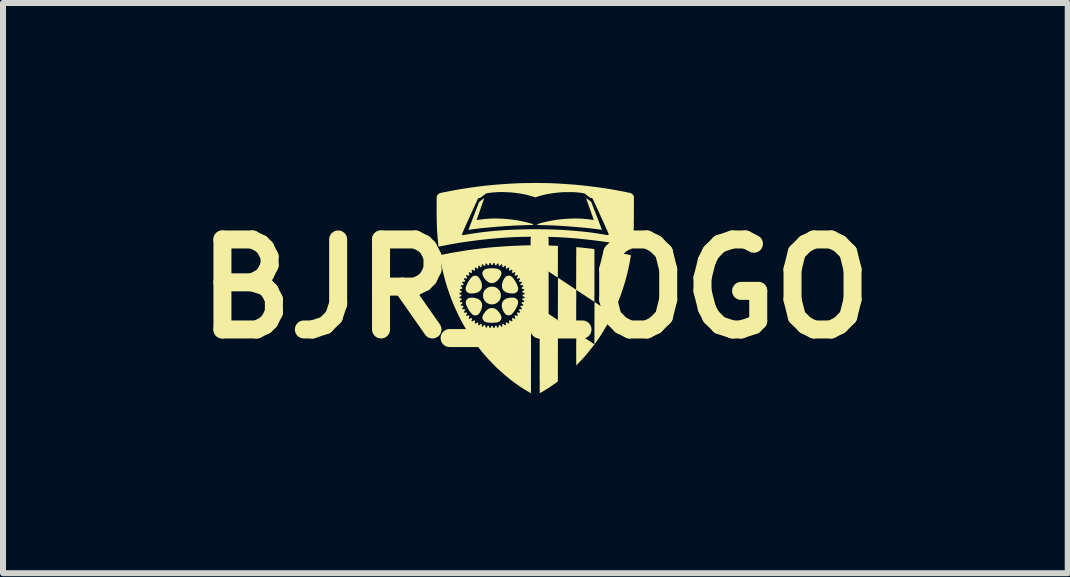
<source format=kicad_pcb>
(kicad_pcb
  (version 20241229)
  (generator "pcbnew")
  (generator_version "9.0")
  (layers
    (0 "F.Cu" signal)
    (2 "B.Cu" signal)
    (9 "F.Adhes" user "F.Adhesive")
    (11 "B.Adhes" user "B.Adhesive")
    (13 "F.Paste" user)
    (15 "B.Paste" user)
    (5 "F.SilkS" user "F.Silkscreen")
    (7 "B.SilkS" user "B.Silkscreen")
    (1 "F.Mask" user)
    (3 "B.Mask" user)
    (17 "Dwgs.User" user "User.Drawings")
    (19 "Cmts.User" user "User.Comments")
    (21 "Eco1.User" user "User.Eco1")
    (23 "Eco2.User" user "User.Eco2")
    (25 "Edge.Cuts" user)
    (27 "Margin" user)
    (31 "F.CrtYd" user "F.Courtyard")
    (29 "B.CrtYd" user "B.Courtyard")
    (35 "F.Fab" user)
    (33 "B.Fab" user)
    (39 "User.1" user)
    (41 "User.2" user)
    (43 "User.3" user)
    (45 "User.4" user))
  (footprint "BJR_LOGO"
    (layer "F.Cu")
    (at 5.871 1.762)
    (property "Reference" "BJR_LOGO" (at 0 0 0) (layer "F.SilkS") (effects (font (size 1.5 1.5) (thickness 0.3))))
    (attr board_only exclude_from_pos_files exclude_from_bom)
    (fp_poly (pts (xy 0.137 -0.723) (xy 0.166 -0.723) (xy 0.195 -0.722) (xy 0.225 -0.721) (xy 0.257 -0.72) (xy 0.291 -0.718) (xy 0.329 -0.717) (xy 0.341 -0.716) (xy 0.376 -0.715) (xy 0.376 -0.451) (xy 0.376 -0.418) (xy 0.376 -0.386) (xy 0.376 -0.355) (xy 0.376 -0.327) (xy 0.375 -0.3) (xy 0.375 -0.275) (xy 0.375 -0.253) (xy 0.375 -0.234) (xy 0.375 -0.217) (xy 0.375 -0.204) (xy 0.375 -0.194) (xy 0.374 -0.189) (xy 0.374 -0.187) (xy 0.372 -0.188) (xy 0.367 -0.191) (xy 0.359 -0.196) (xy 0.348 -0.204) (xy 0.334 -0.212) (xy 0.318 -0.223) (xy 0.301 -0.234) (xy 0.281 -0.247) (xy 0.26 -0.261) (xy 0.238 -0.276) (xy 0.222 -0.286) (xy 0.072 -0.386) (xy 0.072 -0.555) (xy 0.072 -0.725)) (stroke (width 0) (type solid)) (fill yes) (layer "F.SilkS"))
    (fp_poly (pts (xy -0.716 -0.035) (xy -0.694 -0.033) (xy -0.674 -0.029) (xy -0.657 -0.022) (xy -0.64 -0.011) (xy -0.623 0.003) (xy -0.618 0.008) (xy -0.601 0.027) (xy -0.589 0.047) (xy -0.58 0.069) (xy -0.576 0.092) (xy -0.575 0.112) (xy -0.575 0.13) (xy -0.578 0.146) (xy -0.583 0.161) (xy -0.59 0.178) (xy -0.59 0.179) (xy -0.602 0.199) (xy -0.618 0.217) (xy -0.636 0.232) (xy -0.656 0.245) (xy -0.675 0.253) (xy -0.691 0.257) (xy -0.71 0.26) (xy -0.728 0.26) (xy -0.746 0.259) (xy -0.761 0.256) (xy -0.784 0.248) (xy -0.806 0.236) (xy -0.824 0.221) (xy -0.84 0.204) (xy -0.854 0.184) (xy -0.864 0.163) (xy -0.87 0.14) (xy -0.872 0.116) (xy -0.872 0.113) (xy -0.87 0.088) (xy -0.864 0.064) (xy -0.855 0.042) (xy -0.842 0.021) (xy -0.825 0.004) (xy -0.805 -0.012) (xy -0.789 -0.021) (xy -0.773 -0.028) (xy -0.756 -0.033) (xy -0.739 -0.035) (xy -0.719 -0.036)) (stroke (width 0) (type solid)) (fill yes) (layer "F.SilkS"))
    (fp_poly (pts (xy -0.367 0.148) (xy -0.35 0.15) (xy -0.338 0.153) (xy -0.324 0.16) (xy -0.311 0.171) (xy -0.3 0.183) (xy -0.292 0.197) (xy -0.29 0.204) (xy -0.287 0.217) (xy -0.287 0.23) (xy -0.289 0.246) (xy -0.293 0.262) (xy -0.3 0.282) (xy -0.307 0.297) (xy -0.316 0.316) (xy -0.327 0.336) (xy -0.339 0.355) (xy -0.351 0.374) (xy -0.364 0.391) (xy -0.376 0.406) (xy -0.387 0.418) (xy -0.396 0.427) (xy -0.41 0.435) (xy -0.426 0.441) (xy -0.442 0.443) (xy -0.458 0.443) (xy -0.461 0.442) (xy -0.477 0.437) (xy -0.493 0.427) (xy -0.507 0.414) (xy -0.52 0.396) (xy -0.524 0.389) (xy -0.538 0.361) (xy -0.549 0.334) (xy -0.556 0.309) (xy -0.559 0.284) (xy -0.558 0.262) (xy -0.555 0.24) (xy -0.547 0.221) (xy -0.536 0.204) (xy -0.521 0.188) (xy -0.503 0.175) (xy -0.482 0.164) (xy -0.466 0.158) (xy -0.447 0.154) (xy -0.427 0.15) (xy -0.406 0.148) (xy -0.386 0.147)) (stroke (width 0) (type solid)) (fill yes) (layer "F.SilkS"))
    (fp_poly (pts (xy -0.696 0.323) (xy -0.675 0.331) (xy -0.657 0.341) (xy -0.642 0.352) (xy -0.627 0.367) (xy -0.612 0.383) (xy -0.598 0.401) (xy -0.586 0.42) (xy -0.576 0.438) (xy -0.569 0.455) (xy -0.569 0.456) (xy -0.565 0.474) (xy -0.565 0.492) (xy -0.57 0.508) (xy -0.577 0.523) (xy -0.588 0.536) (xy -0.602 0.547) (xy -0.619 0.555) (xy -0.63 0.559) (xy -0.644 0.561) (xy -0.661 0.563) (xy -0.68 0.565) (xy -0.7 0.567) (xy -0.72 0.567) (xy -0.739 0.567) (xy -0.757 0.567) (xy -0.766 0.566) (xy -0.777 0.565) (xy -0.79 0.563) (xy -0.803 0.56) (xy -0.814 0.558) (xy -0.823 0.556) (xy -0.827 0.555) (xy -0.843 0.547) (xy -0.857 0.536) (xy -0.869 0.523) (xy -0.877 0.509) (xy -0.881 0.492) (xy -0.882 0.475) (xy -0.881 0.466) (xy -0.877 0.452) (xy -0.87 0.436) (xy -0.861 0.419) (xy -0.849 0.402) (xy -0.837 0.386) (xy -0.824 0.37) (xy -0.81 0.357) (xy -0.801 0.349) (xy -0.78 0.335) (xy -0.759 0.326) (xy -0.738 0.321) (xy -0.717 0.32)) (stroke (width 0) (type solid)) (fill yes) (layer "F.SilkS"))
    (fp_poly (pts (xy -0.423 -0.216) (xy -0.409 -0.211) (xy -0.397 -0.203) (xy -0.385 -0.192) (xy -0.371 -0.178) (xy -0.358 -0.161) (xy -0.345 -0.142) (xy -0.332 -0.122) (xy -0.319 -0.1) (xy -0.308 -0.078) (xy -0.298 -0.055) (xy -0.293 -0.04) (xy -0.287 -0.019) (xy -0.285 0.000306) (xy -0.288 0.018) (xy -0.294 0.034) (xy -0.303 0.049) (xy -0.305 0.05) (xy -0.316 0.061) (xy -0.33 0.069) (xy -0.345 0.075) (xy -0.35 0.076) (xy -0.359 0.077) (xy -0.371 0.078) (xy -0.385 0.078) (xy -0.4 0.078) (xy -0.415 0.077) (xy -0.428 0.075) (xy -0.429 0.075) (xy -0.444 0.072) (xy -0.46 0.068) (xy -0.475 0.063) (xy -0.489 0.057) (xy -0.498 0.053) (xy -0.517 0.04) (xy -0.532 0.025) (xy -0.544 0.008) (xy -0.552 -0.012) (xy -0.556 -0.033) (xy -0.557 -0.055) (xy -0.554 -0.08) (xy -0.548 -0.105) (xy -0.538 -0.132) (xy -0.534 -0.141) (xy -0.523 -0.162) (xy -0.512 -0.179) (xy -0.501 -0.193) (xy -0.489 -0.204) (xy -0.476 -0.211) (xy -0.47 -0.214) (xy -0.455 -0.217) (xy -0.439 -0.218)) (stroke (width 0) (type solid)) (fill yes) (layer "F.SilkS"))
    (fp_poly (pts (xy -1.038 0.149) (xy -1.018 0.151) (xy -0.99 0.157) (xy -0.966 0.165) (xy -0.945 0.175) (xy -0.927 0.187) (xy -0.919 0.195) (xy -0.905 0.212) (xy -0.895 0.23) (xy -0.889 0.25) (xy -0.886 0.273) (xy -0.887 0.296) (xy -0.892 0.321) (xy -0.901 0.348) (xy -0.912 0.372) (xy -0.923 0.393) (xy -0.935 0.41) (xy -0.947 0.424) (xy -0.96 0.434) (xy -0.973 0.44) (xy -0.977 0.441) (xy -0.989 0.444) (xy -1.002 0.444) (xy -1.015 0.443) (xy -1.022 0.442) (xy -1.034 0.437) (xy -1.045 0.43) (xy -1.056 0.421) (xy -1.067 0.41) (xy -1.08 0.394) (xy -1.083 0.391) (xy -1.105 0.36) (xy -1.125 0.326) (xy -1.142 0.291) (xy -1.15 0.272) (xy -1.153 0.262) (xy -1.156 0.254) (xy -1.157 0.247) (xy -1.158 0.239) (xy -1.158 0.229) (xy -1.158 0.229) (xy -1.158 0.218) (xy -1.157 0.211) (xy -1.156 0.205) (xy -1.154 0.2) (xy -1.152 0.195) (xy -1.146 0.184) (xy -1.137 0.174) (xy -1.127 0.165) (xy -1.117 0.158) (xy -1.114 0.157) (xy -1.099 0.152) (xy -1.081 0.149) (xy -1.06 0.148)) (stroke (width 0) (type solid)) (fill yes) (layer "F.SilkS"))
    (fp_poly (pts (xy -0.695 -0.341) (xy -0.673 -0.339) (xy -0.652 -0.336) (xy -0.633 -0.333) (xy -0.617 -0.328) (xy -0.61 -0.325) (xy -0.595 -0.315) (xy -0.583 -0.303) (xy -0.573 -0.288) (xy -0.573 -0.288) (xy -0.567 -0.272) (xy -0.565 -0.257) (xy -0.567 -0.242) (xy -0.572 -0.225) (xy -0.578 -0.211) (xy -0.592 -0.186) (xy -0.608 -0.163) (xy -0.626 -0.142) (xy -0.645 -0.125) (xy -0.664 -0.111) (xy -0.667 -0.11) (xy -0.683 -0.102) (xy -0.701 -0.097) (xy -0.72 -0.094) (xy -0.738 -0.095) (xy -0.742 -0.095) (xy -0.763 -0.101) (xy -0.783 -0.111) (xy -0.802 -0.124) (xy -0.821 -0.141) (xy -0.839 -0.16) (xy -0.855 -0.183) (xy -0.869 -0.208) (xy -0.873 -0.215) (xy -0.877 -0.224) (xy -0.88 -0.231) (xy -0.881 -0.237) (xy -0.882 -0.243) (xy -0.882 -0.252) (xy -0.882 -0.254) (xy -0.882 -0.264) (xy -0.881 -0.272) (xy -0.88 -0.278) (xy -0.877 -0.284) (xy -0.876 -0.286) (xy -0.868 -0.299) (xy -0.857 -0.312) (xy -0.844 -0.321) (xy -0.838 -0.325) (xy -0.825 -0.33) (xy -0.807 -0.334) (xy -0.788 -0.337) (xy -0.766 -0.34) (xy -0.743 -0.341) (xy -0.719 -0.341)) (stroke (width 0) (type solid)) (fill yes) (layer "F.SilkS"))
    (fp_poly (pts (xy -0.994 -0.217) (xy -0.987 -0.216) (xy -0.981 -0.215) (xy -0.975 -0.213) (xy -0.97 -0.21) (xy -0.955 -0.201) (xy -0.945 -0.192) (xy -0.935 -0.178) (xy -0.924 -0.161) (xy -0.914 -0.142) (xy -0.905 -0.122) (xy -0.897 -0.102) (xy -0.896 -0.097) (xy -0.893 -0.083) (xy -0.891 -0.068) (xy -0.89 -0.051) (xy -0.89 -0.036) (xy -0.892 -0.023) (xy -0.893 -0.019) (xy -0.9 0.002) (xy -0.911 0.02) (xy -0.925 0.036) (xy -0.943 0.05) (xy -0.964 0.061) (xy -0.989 0.069) (xy -1.017 0.075) (xy -1.022 0.076) (xy -1.031 0.077) (xy -1.042 0.078) (xy -1.055 0.078) (xy -1.068 0.078) (xy -1.08 0.078) (xy -1.091 0.077) (xy -1.098 0.076) (xy -1.1 0.076) (xy -1.116 0.07) (xy -1.13 0.061) (xy -1.143 0.049) (xy -1.152 0.036) (xy -1.154 0.032) (xy -1.158 0.024) (xy -1.16 0.016) (xy -1.161 0.005) (xy -1.161 0.002) (xy -1.161 -0.007) (xy -1.161 -0.014) (xy -1.159 -0.021) (xy -1.157 -0.029) (xy -1.154 -0.039) (xy -1.146 -0.06) (xy -1.136 -0.082) (xy -1.125 -0.104) (xy -1.113 -0.125) (xy -1.1 -0.145) (xy -1.087 -0.163) (xy -1.074 -0.179) (xy -1.061 -0.193) (xy -1.048 -0.204) (xy -1.037 -0.211) (xy -1.03 -0.214) (xy -1.024 -0.216) (xy -1.018 -0.217) (xy -1.009 -0.217) (xy -1.004 -0.217)) (stroke (width 0) (type solid)) (fill yes) (layer "F.SilkS"))
    (fp_poly (pts (xy 0.848 -1.51) (xy 0.852 -1.507) (xy 0.86 -1.502) (xy 0.869 -1.495) (xy 0.88 -1.487) (xy 0.889 -1.48) (xy 0.931 -1.449) (xy 1.021 -1.215) (xy 1.032 -1.185) (xy 1.044 -1.157) (xy 1.054 -1.129) (xy 1.064 -1.103) (xy 1.073 -1.079) (xy 1.082 -1.057) (xy 1.089 -1.037) (xy 1.096 -1.02) (xy 1.101 -1.006) (xy 1.105 -0.995) (xy 1.108 -0.987) (xy 1.11 -0.983) (xy 1.11 -0.982) (xy 1.108 -0.982) (xy 1.102 -0.982) (xy 1.095 -0.984) (xy 1.092 -0.984) (xy 1.06 -0.989) (xy 1.023 -0.994) (xy 0.983 -0.999) (xy 0.94 -1.004) (xy 0.894 -1.009) (xy 0.846 -1.014) (xy 0.796 -1.019) (xy 0.745 -1.024) (xy 0.692 -1.028) (xy 0.638 -1.033) (xy 0.584 -1.037) (xy 0.53 -1.041) (xy 0.476 -1.045) (xy 0.423 -1.048) (xy 0.371 -1.051) (xy 0.32 -1.054) (xy 0.271 -1.056) (xy 0.225 -1.058) (xy 0.181 -1.059) (xy 0.14 -1.06) (xy 0.102 -1.061) (xy 0.091 -1.061) (xy 0.078 -1.061) (xy 0.068 -1.061) (xy 0.061 -1.062) (xy 0.054 -1.063) (xy 0.048 -1.065) (xy 0.044 -1.066) (xy 0.036 -1.069) (xy 0.028 -1.071) (xy 0.024 -1.071) (xy 0.023 -1.071) (xy 0.02 -1.072) (xy 0.02 -1.073) (xy 0.022 -1.074) (xy 0.028 -1.076) (xy 0.037 -1.079) (xy 0.049 -1.082) (xy 0.062 -1.086) (xy 0.077 -1.09) (xy 0.093 -1.095) (xy 0.108 -1.099) (xy 0.123 -1.103) (xy 0.138 -1.107) (xy 0.143 -1.108) (xy 0.214 -1.124) (xy 0.287 -1.138) (xy 0.361 -1.15) (xy 0.436 -1.159) (xy 0.511 -1.165) (xy 0.585 -1.169) (xy 0.659 -1.171) (xy 0.731 -1.17) (xy 0.802 -1.166) (xy 0.87 -1.16) (xy 0.936 -1.151) (xy 0.952 -1.148) (xy 0.975 -1.144) (xy 0.973 -1.148) (xy 0.973 -1.151) (xy 0.97 -1.157) (xy 0.967 -1.167) (xy 0.963 -1.18) (xy 0.957 -1.196) (xy 0.951 -1.214) (xy 0.943 -1.234) (xy 0.935 -1.257) (xy 0.927 -1.281) (xy 0.918 -1.306) (xy 0.909 -1.332) (xy 0.899 -1.358) (xy 0.891 -1.383) (xy 0.882 -1.407) (xy 0.874 -1.429) (xy 0.867 -1.449) (xy 0.861 -1.467) (xy 0.856 -1.482) (xy 0.852 -1.494) (xy 0.848 -1.504) (xy 0.847 -1.509) (xy 0.846 -1.511)) (stroke (width 0) (type solid)) (fill yes) (layer "F.SilkS"))
    (fp_poly (pts (xy -0.851 -1.51) (xy -0.853 -1.504) (xy -0.856 -1.495) (xy -0.86 -1.483) (xy -0.866 -1.468) (xy -0.872 -1.45) (xy -0.879 -1.43) (xy -0.887 -1.408) (xy -0.895 -1.384) (xy -0.904 -1.359) (xy -0.913 -1.332) (xy -0.914 -1.329) (xy -0.924 -1.303) (xy -0.933 -1.277) (xy -0.941 -1.253) (xy -0.949 -1.231) (xy -0.956 -1.21) (xy -0.962 -1.192) (xy -0.968 -1.176) (xy -0.972 -1.164) (xy -0.976 -1.154) (xy -0.978 -1.148) (xy -0.979 -1.145) (xy -0.979 -1.145) (xy -0.977 -1.145) (xy -0.971 -1.146) (xy -0.964 -1.147) (xy -0.956 -1.148) (xy -0.892 -1.157) (xy -0.825 -1.164) (xy -0.756 -1.169) (xy -0.685 -1.171) (xy -0.612 -1.17) (xy -0.539 -1.167) (xy -0.465 -1.161) (xy -0.392 -1.153) (xy -0.319 -1.143) (xy -0.246 -1.13) (xy -0.176 -1.115) (xy -0.153 -1.11) (xy -0.138 -1.106) (xy -0.122 -1.101) (xy -0.104 -1.097) (xy -0.087 -1.092) (xy -0.07 -1.087) (xy -0.055 -1.083) (xy -0.042 -1.079) (xy -0.034 -1.076) (xy -0.022 -1.072) (xy -0.033 -1.071) (xy -0.041 -1.069) (xy -0.05 -1.066) (xy -0.052 -1.065) (xy -0.057 -1.063) (xy -0.062 -1.062) (xy -0.068 -1.061) (xy -0.076 -1.061) (xy -0.087 -1.061) (xy -0.094 -1.061) (xy -0.132 -1.061) (xy -0.174 -1.06) (xy -0.219 -1.058) (xy -0.268 -1.056) (xy -0.318 -1.054) (xy -0.371 -1.051) (xy -0.426 -1.048) (xy -0.482 -1.045) (xy -0.538 -1.041) (xy -0.596 -1.037) (xy -0.653 -1.032) (xy -0.71 -1.027) (xy -0.766 -1.022) (xy -0.82 -1.017) (xy -0.874 -1.012) (xy -0.92 -1.007) (xy -0.939 -1.004) (xy -0.96 -1.002) (xy -0.981 -0.999) (xy -1.002 -0.997) (xy -1.023 -0.994) (xy -1.043 -0.992) (xy -1.061 -0.989) (xy -1.077 -0.987) (xy -1.09 -0.985) (xy -1.1 -0.984) (xy -1.104 -0.983) (xy -1.11 -0.982) (xy -1.114 -0.982) (xy -1.114 -0.983) (xy -1.114 -0.985) (xy -1.112 -0.991) (xy -1.108 -1) (xy -1.103 -1.012) (xy -1.098 -1.027) (xy -1.091 -1.044) (xy -1.084 -1.064) (xy -1.075 -1.085) (xy -1.067 -1.108) (xy -1.057 -1.132) (xy -1.048 -1.157) (xy -1.038 -1.183) (xy -1.028 -1.209) (xy -1.018 -1.235) (xy -1.008 -1.261) (xy -0.998 -1.286) (xy -0.989 -1.311) (xy -0.98 -1.334) (xy -0.972 -1.356) (xy -0.964 -1.376) (xy -0.957 -1.393) (xy -0.951 -1.409) (xy -0.946 -1.422) (xy -0.942 -1.432) (xy -0.94 -1.438) (xy -0.938 -1.441) (xy -0.937 -1.444) (xy -0.934 -1.448) (xy -0.929 -1.452) (xy -0.923 -1.457) (xy -0.914 -1.464) (xy -0.903 -1.473) (xy -0.893 -1.481) (xy -0.882 -1.489) (xy -0.871 -1.497) (xy -0.863 -1.503) (xy -0.856 -1.508) (xy -0.852 -1.511) (xy -0.851 -1.512)) (stroke (width 0) (type solid)) (fill yes) (layer "F.SilkS"))
    (fp_poly (pts (xy 1.294 -0.616) (xy 1.301 -0.615) (xy 1.313 -0.613) (xy 1.328 -0.61) (xy 1.346 -0.607) (xy 1.368 -0.603) (xy 1.394 -0.598) (xy 1.402 -0.597) (xy 1.42 -0.594) (xy 1.44 -0.59) (xy 1.46 -0.586) (xy 1.48 -0.582) (xy 1.5 -0.578) (xy 1.518 -0.575) (xy 1.536 -0.571) (xy 1.552 -0.568) (xy 1.566 -0.565) (xy 1.577 -0.562) (xy 1.585 -0.561) (xy 1.59 -0.559) (xy 1.591 -0.559) (xy 1.591 -0.556) (xy 1.591 -0.55) (xy 1.59 -0.541) (xy 1.588 -0.527) (xy 1.585 -0.51) (xy 1.581 -0.489) (xy 1.576 -0.464) (xy 1.575 -0.454) (xy 1.55 -0.333) (xy 1.522 -0.215) (xy 1.49 -0.098) (xy 1.454 0.016) (xy 1.415 0.128) (xy 1.372 0.238) (xy 1.325 0.346) (xy 1.275 0.452) (xy 1.222 0.555) (xy 1.164 0.656) (xy 1.104 0.755) (xy 1.092 0.773) (xy 1.045 0.844) (xy 0.995 0.913) (xy 0.943 0.982) (xy 0.889 1.049) (xy 0.835 1.114) (xy 0.78 1.176) (xy 0.724 1.234) (xy 0.72 1.239) (xy 0.682 1.278) (xy 0.681 1.002) (xy 0.681 0.968) (xy 0.681 0.936) (xy 0.681 0.904) (xy 0.682 0.875) (xy 0.682 0.847) (xy 0.682 0.822) (xy 0.682 0.799) (xy 0.682 0.779) (xy 0.682 0.761) (xy 0.682 0.747) (xy 0.682 0.737) (xy 0.682 0.73) (xy 0.682 0.726) (xy 0.682 0.726) (xy 0.684 0.727) (xy 0.689 0.731) (xy 0.697 0.736) (xy 0.708 0.743) (xy 0.722 0.752) (xy 0.737 0.762) (xy 0.755 0.774) (xy 0.774 0.787) (xy 0.795 0.8) (xy 0.817 0.815) (xy 0.834 0.826) (xy 0.984 0.925) (xy 0.985 0.573) (xy 0.986 0.22) (xy 1.136 0.32) (xy 1.159 0.335) (xy 1.181 0.349) (xy 1.201 0.363) (xy 1.22 0.375) (xy 1.237 0.386) (xy 1.252 0.396) (xy 1.265 0.405) (xy 1.275 0.411) (xy 1.282 0.416) (xy 1.286 0.419) (xy 1.287 0.419) (xy 1.287 0.417) (xy 1.288 0.411) (xy 1.288 0.401) (xy 1.288 0.387) (xy 1.288 0.37) (xy 1.288 0.35) (xy 1.288 0.326) (xy 1.288 0.299) (xy 1.288 0.27) (xy 1.288 0.238) (xy 1.288 0.203) (xy 1.288 0.167) (xy 1.288 0.128) (xy 1.288 0.087) (xy 1.288 0.045) (xy 1.288 0.001) (xy 1.288 -0.044) (xy 1.288 -0.091) (xy 1.288 -0.098) (xy 1.288 -0.157) (xy 1.288 -0.211) (xy 1.289 -0.261) (xy 1.289 -0.308) (xy 1.289 -0.35) (xy 1.289 -0.389) (xy 1.289 -0.425) (xy 1.289 -0.457) (xy 1.289 -0.486) (xy 1.289 -0.511) (xy 1.289 -0.534) (xy 1.289 -0.553) (xy 1.289 -0.57) (xy 1.29 -0.583) (xy 1.29 -0.595) (xy 1.29 -0.604) (xy 1.29 -0.61) (xy 1.291 -0.614) (xy 1.291 -0.616) (xy 1.291 -0.616)) (stroke (width 0) (type solid)) (fill yes) (layer "F.SilkS"))
    (fp_poly (pts (xy 0.688 -0.694) (xy 0.696 -0.694) (xy 0.707 -0.692) (xy 0.721 -0.691) (xy 0.738 -0.689) (xy 0.757 -0.687) (xy 0.777 -0.685) (xy 0.799 -0.683) (xy 0.821 -0.68) (xy 0.843 -0.678) (xy 0.865 -0.676) (xy 0.886 -0.673) (xy 0.907 -0.671) (xy 0.925 -0.669) (xy 0.942 -0.667) (xy 0.956 -0.665) (xy 0.968 -0.663) (xy 0.976 -0.662) (xy 0.98 -0.662) (xy 0.985 -0.661) (xy 0.985 -0.221) (xy 0.985 -0.178) (xy 0.985 -0.137) (xy 0.985 -0.096) (xy 0.985 -0.058) (xy 0.985 -0.021) (xy 0.985 0.015) (xy 0.985 0.048) (xy 0.985 0.078) (xy 0.985 0.107) (xy 0.984 0.132) (xy 0.984 0.155) (xy 0.984 0.174) (xy 0.984 0.19) (xy 0.984 0.203) (xy 0.984 0.212) (xy 0.984 0.217) (xy 0.984 0.218) (xy 0.982 0.217) (xy 0.977 0.214) (xy 0.969 0.208) (xy 0.958 0.201) (xy 0.944 0.192) (xy 0.929 0.182) (xy 0.911 0.17) (xy 0.892 0.157) (xy 0.871 0.144) (xy 0.849 0.129) (xy 0.833 0.119) (xy 0.81 0.103) (xy 0.789 0.089) (xy 0.768 0.076) (xy 0.75 0.063) (xy 0.733 0.052) (xy 0.718 0.042) (xy 0.705 0.034) (xy 0.695 0.027) (xy 0.688 0.022) (xy 0.683 0.02) (xy 0.682 0.019) (xy 0.682 0.021) (xy 0.682 0.027) (xy 0.682 0.037) (xy 0.682 0.051) (xy 0.682 0.067) (xy 0.682 0.087) (xy 0.682 0.11) (xy 0.682 0.136) (xy 0.682 0.164) (xy 0.682 0.194) (xy 0.681 0.226) (xy 0.681 0.261) (xy 0.681 0.296) (xy 0.681 0.333) (xy 0.681 0.371) (xy 0.681 0.416) (xy 0.681 0.46) (xy 0.681 0.5) (xy 0.681 0.537) (xy 0.681 0.571) (xy 0.681 0.602) (xy 0.681 0.63) (xy 0.681 0.655) (xy 0.68 0.675) (xy 0.68 0.692) (xy 0.68 0.706) (xy 0.68 0.715) (xy 0.68 0.721) (xy 0.679 0.722) (xy 0.677 0.721) (xy 0.672 0.718) (xy 0.664 0.712) (xy 0.653 0.705) (xy 0.639 0.696) (xy 0.623 0.686) (xy 0.606 0.674) (xy 0.586 0.661) (xy 0.565 0.648) (xy 0.543 0.633) (xy 0.527 0.622) (xy 0.377 0.523) (xy 0.376 1.034) (xy 0.375 1.545) (xy 0.338 1.572) (xy 0.303 1.596) (xy 0.267 1.621) (xy 0.23 1.646) (xy 0.192 1.67) (xy 0.156 1.693) (xy 0.122 1.713) (xy 0.105 1.723) (xy 0.094 1.729) (xy 0.086 1.734) (xy 0.079 1.738) (xy 0.074 1.74) (xy 0.073 1.74) (xy 0.073 1.738) (xy 0.073 1.732) (xy 0.073 1.722) (xy 0.073 1.708) (xy 0.073 1.691) (xy 0.073 1.67) (xy 0.073 1.646) (xy 0.073 1.618) (xy 0.073 1.588) (xy 0.073 1.555) (xy 0.072 1.519) (xy 0.072 1.48) (xy 0.072 1.439) (xy 0.072 1.396) (xy 0.072 1.351) (xy 0.072 1.304) (xy 0.072 1.255) (xy 0.072 1.205) (xy 0.072 1.153) (xy 0.072 1.1) (xy 0.072 1.046) (xy 0.072 1.031) (xy 0.072 0.977) (xy 0.072 0.923) (xy 0.072 0.871) (xy 0.072 0.82) (xy 0.072 0.771) (xy 0.072 0.723) (xy 0.072 0.678) (xy 0.072 0.634) (xy 0.072 0.593) (xy 0.072 0.554) (xy 0.072 0.517) (xy 0.073 0.483) (xy 0.073 0.452) (xy 0.073 0.424) (xy 0.073 0.399) (xy 0.073 0.377) (xy 0.073 0.358) (xy 0.073 0.344) (xy 0.073 0.332) (xy 0.073 0.325) (xy 0.073 0.322) (xy 0.073 0.322) (xy 0.075 0.323) (xy 0.08 0.326) (xy 0.088 0.332) (xy 0.099 0.339) (xy 0.113 0.348) (xy 0.128 0.358) (xy 0.146 0.37) (xy 0.165 0.382) (xy 0.186 0.396) (xy 0.208 0.411) (xy 0.224 0.421) (xy 0.375 0.521) (xy 0.376 0.169) (xy 0.377 -0.184) (xy 0.529 -0.084) (xy 0.68 0.017) (xy 0.681 -0.339) (xy 0.681 -0.379) (xy 0.681 -0.418) (xy 0.681 -0.455) (xy 0.681 -0.491) (xy 0.681 -0.524) (xy 0.682 -0.554) (xy 0.682 -0.583) (xy 0.682 -0.608) (xy 0.682 -0.631) (xy 0.682 -0.65) (xy 0.682 -0.667) (xy 0.683 -0.679) (xy 0.683 -0.688) (xy 0.683 -0.693) (xy 0.683 -0.694)) (stroke (width 0) (type solid)) (fill yes) (layer "F.SilkS"))
    (fp_poly (pts (xy 0.043 -1.762) (xy 0.075 -1.762) (xy 0.106 -1.762) (xy 0.136 -1.761) (xy 0.163 -1.761) (xy 0.188 -1.761) (xy 0.21 -1.76) (xy 0.228 -1.76) (xy 0.235 -1.76) (xy 0.369 -1.754) (xy 0.501 -1.746) (xy 0.631 -1.737) (xy 0.759 -1.725) (xy 0.886 -1.711) (xy 1.013 -1.695) (xy 1.14 -1.677) (xy 1.229 -1.663) (xy 1.255 -1.659) (xy 1.282 -1.654) (xy 1.31 -1.649) (xy 1.339 -1.644) (xy 1.368 -1.639) (xy 1.396 -1.633) (xy 1.424 -1.628) (xy 1.452 -1.623) (xy 1.477 -1.618) (xy 1.502 -1.613) (xy 1.524 -1.608) (xy 1.544 -1.604) (xy 1.561 -1.6) (xy 1.575 -1.597) (xy 1.586 -1.594) (xy 1.592 -1.592) (xy 1.593 -1.592) (xy 1.605 -1.586) (xy 1.617 -1.576) (xy 1.628 -1.565) (xy 1.636 -1.553) (xy 1.638 -1.546) (xy 1.643 -1.533) (xy 1.642 -1.287) (xy 1.642 -1.248) (xy 1.642 -1.211) (xy 1.642 -1.176) (xy 1.641 -1.144) (xy 1.641 -1.115) (xy 1.641 -1.088) (xy 1.641 -1.064) (xy 1.64 -1.044) (xy 1.64 -1.027) (xy 1.639 -1.014) (xy 1.639 -1.005) (xy 1.639 -1.004) (xy 1.637 -0.969) (xy 1.635 -0.938) (xy 1.633 -0.911) (xy 1.631 -0.886) (xy 1.629 -0.864) (xy 1.627 -0.843) (xy 1.626 -0.827) (xy 1.625 -0.814) (xy 1.623 -0.8) (xy 1.622 -0.785) (xy 1.62 -0.769) (xy 1.619 -0.754) (xy 1.617 -0.74) (xy 1.616 -0.727) (xy 1.614 -0.716) (xy 1.613 -0.708) (xy 1.613 -0.703) (xy 1.613 -0.702) (xy 1.61 -0.702) (xy 1.605 -0.703) (xy 1.596 -0.705) (xy 1.584 -0.707) (xy 1.571 -0.71) (xy 1.556 -0.713) (xy 1.551 -0.714) (xy 1.408 -0.741) (xy 1.263 -0.766) (xy 1.116 -0.789) (xy 0.968 -0.808) (xy 0.818 -0.825) (xy 0.669 -0.84) (xy 0.521 -0.851) (xy 0.465 -0.854) (xy 0.424 -0.857) (xy 0.385 -0.859) (xy 0.349 -0.86) (xy 0.314 -0.862) (xy 0.28 -0.863) (xy 0.247 -0.864) (xy 0.212 -0.865) (xy 0.177 -0.866) (xy 0.14 -0.866) (xy 0.101 -0.867) (xy 0.06 -0.867) (xy 0.014 -0.867) (xy 0.001 -0.867) (xy -0.04 -0.867) (xy -0.076 -0.867) (xy -0.11 -0.867) (xy -0.142 -0.866) (xy -0.171 -0.866) (xy -0.199 -0.865) (xy -0.227 -0.865) (xy -0.254 -0.864) (xy -0.281 -0.863) (xy -0.31 -0.862) (xy -0.34 -0.861) (xy -0.373 -0.859) (xy -0.384 -0.859) (xy -0.562 -0.848) (xy -0.741 -0.833) (xy -0.918 -0.814) (xy -1.096 -0.791) (xy -1.272 -0.765) (xy -1.415 -0.74) (xy -1.43 -0.737) (xy -1.447 -0.734) (xy -1.465 -0.73) (xy -1.484 -0.727) (xy -1.504 -0.723) (xy -1.523 -0.719) (xy -1.541 -0.716) (xy -1.558 -0.712) (xy -1.574 -0.709) (xy -1.587 -0.706) (xy -1.598 -0.704) (xy -1.606 -0.703) (xy -1.609 -0.702) (xy -1.61 -0.702) (xy -1.613 -0.702) (xy -1.613 -0.703) (xy -1.614 -0.707) (xy -1.614 -0.713) (xy -1.615 -0.72) (xy -1.616 -0.728) (xy -1.618 -0.739) (xy -1.619 -0.753) (xy -1.621 -0.77) (xy -1.623 -0.788) (xy -1.624 -0.807) (xy -1.626 -0.826) (xy -1.628 -0.844) (xy -1.63 -0.862) (xy -1.631 -0.877) (xy -1.631 -0.882) (xy -1.633 -0.909) (xy -1.223 -0.909) (xy -1.221 -0.902) (xy -1.216 -0.897) (xy -1.209 -0.894) (xy -1.206 -0.894) (xy -1.203 -0.894) (xy -1.196 -0.895) (xy -1.186 -0.896) (xy -1.174 -0.899) (xy -1.161 -0.901) (xy -1.155 -0.902) (xy -1.054 -0.919) (xy -0.949 -0.934) (xy -0.84 -0.948) (xy -0.728 -0.96) (xy -0.613 -0.97) (xy -0.495 -0.978) (xy -0.393 -0.983) (xy -0.271 -0.988) (xy -0.149 -0.991) (xy -0.028 -0.993) (xy 0.093 -0.992) (xy 0.212 -0.99) (xy 0.33 -0.986) (xy 0.447 -0.981) (xy 0.561 -0.973) (xy 0.674 -0.964) (xy 0.784 -0.954) (xy 0.891 -0.942) (xy 0.994 -0.928) (xy 1.095 -0.912) (xy 1.149 -0.903) (xy 1.164 -0.9) (xy 1.177 -0.898) (xy 1.189 -0.896) (xy 1.198 -0.895) (xy 1.205 -0.894) (xy 1.207 -0.894) (xy 1.213 -0.895) (xy 1.218 -0.9) (xy 1.222 -0.906) (xy 1.223 -0.909) (xy 1.222 -0.912) (xy 1.219 -0.918) (xy 1.215 -0.928) (xy 1.21 -0.94) (xy 1.203 -0.956) (xy 1.195 -0.974) (xy 1.186 -0.994) (xy 1.176 -1.016) (xy 1.165 -1.041) (xy 1.154 -1.066) (xy 1.142 -1.093) (xy 1.129 -1.121) (xy 1.116 -1.15) (xy 1.103 -1.179) (xy 1.089 -1.209) (xy 1.076 -1.238) (xy 1.063 -1.267) (xy 1.05 -1.296) (xy 1.037 -1.324) (xy 1.025 -1.351) (xy 1.013 -1.376) (xy 1.002 -1.4) (xy 0.992 -1.422) (xy 0.982 -1.442) (xy 0.974 -1.46) (xy 0.967 -1.475) (xy 0.961 -1.488) (xy 0.957 -1.497) (xy 0.954 -1.503) (xy 0.952 -1.505) (xy 0.947 -1.508) (xy 0.94 -1.511) (xy 0.931 -1.513) (xy 0.923 -1.514) (xy 0.917 -1.516) (xy 0.913 -1.517) (xy 0.912 -1.517) (xy 0.91 -1.519) (xy 0.905 -1.523) (xy 0.897 -1.529) (xy 0.888 -1.536) (xy 0.877 -1.545) (xy 0.867 -1.552) (xy 0.855 -1.561) (xy 0.844 -1.57) (xy 0.835 -1.577) (xy 0.827 -1.583) (xy 0.822 -1.586) (xy 0.82 -1.588) (xy 0.815 -1.589) (xy 0.806 -1.591) (xy 0.794 -1.593) (xy 0.78 -1.596) (xy 0.763 -1.598) (xy 0.745 -1.601) (xy 0.725 -1.603) (xy 0.705 -1.605) (xy 0.695 -1.606) (xy 0.682 -1.607) (xy 0.665 -1.608) (xy 0.646 -1.609) (xy 0.624 -1.61) (xy 0.6 -1.61) (xy 0.575 -1.61) (xy 0.55 -1.61) (xy 0.526 -1.61) (xy 0.502 -1.61) (xy 0.479 -1.61) (xy 0.459 -1.609) (xy 0.442 -1.608) (xy 0.429 -1.607) (xy 0.37 -1.602) (xy 0.315 -1.596) (xy 0.263 -1.588) (xy 0.214 -1.58) (xy 0.166 -1.57) (xy 0.121 -1.56) (xy 0.104 -1.555) (xy 0.086 -1.55) (xy 0.068 -1.545) (xy 0.051 -1.54) (xy 0.035 -1.535) (xy 0.022 -1.531) (xy 0.012 -1.527) (xy 0.011 -1.527) (xy 0.000465 -1.523) (xy -0.031 -1.533) (xy -0.083 -1.549) (xy -0.139 -1.564) (xy -0.198 -1.577) (xy -0.26 -1.588) (xy -0.324 -1.597) (xy -0.389 -1.604) (xy -0.413 -1.606) (xy -0.431 -1.607) (xy -0.453 -1.608) (xy -0.477 -1.609) (xy -0.502 -1.61) (xy -0.529 -1.611) (xy -0.555 -1.611) (xy -0.581 -1.611) (xy -0.605 -1.611) (xy -0.626 -1.61) (xy -0.645 -1.61) (xy -0.648 -1.609) (xy -0.677 -1.607) (xy -0.706 -1.605) (xy -0.733 -1.602) (xy -0.759 -1.599) (xy -0.783 -1.595) (xy -0.794 -1.593) (xy -0.821 -1.589) (xy -0.865 -1.554) (xy -0.877 -1.545) (xy -0.889 -1.536) (xy -0.898 -1.529) (xy -0.907 -1.523) (xy -0.912 -1.519) (xy -0.915 -1.517) (xy -0.92 -1.515) (xy -0.927 -1.514) (xy -0.932 -1.513) (xy -0.943 -1.511) (xy -0.951 -1.506) (xy -0.957 -1.5) (xy -0.96 -1.494) (xy -0.962 -1.491) (xy -0.965 -1.484) (xy -0.97 -1.474) (xy -0.976 -1.46) (xy -0.983 -1.444) (xy -0.992 -1.425) (xy -1.002 -1.403) (xy -1.012 -1.379) (xy -1.024 -1.354) (xy -1.037 -1.326) (xy -1.05 -1.296) (xy -1.064 -1.266) (xy -1.079 -1.234) (xy -1.094 -1.201) (xy -1.094 -1.2) (xy -1.114 -1.155) (xy -1.133 -1.114) (xy -1.15 -1.077) (xy -1.165 -1.043) (xy -1.178 -1.013) (xy -1.19 -0.987) (xy -1.199 -0.965) (xy -1.207 -0.947) (xy -1.214 -0.932) (xy -1.218 -0.921) (xy -1.221 -0.913) (xy -1.223 -0.91) (xy -1.223 -0.909) (xy -1.633 -0.909) (xy -1.634 -0.921) (xy -1.637 -0.96) (xy -1.639 -1.002) (xy -1.641 -1.045) (xy -1.642 -1.09) (xy -1.643 -1.138) (xy -1.644 -1.189) (xy -1.645 -1.242) (xy -1.645 -1.3) (xy -1.645 -1.36) (xy -1.645 -1.386) (xy -1.644 -1.536) (xy -1.637 -1.55) (xy -1.632 -1.559) (xy -1.626 -1.568) (xy -1.621 -1.574) (xy -1.616 -1.579) (xy -1.612 -1.582) (xy -1.607 -1.585) (xy -1.601 -1.588) (xy -1.594 -1.591) (xy -1.586 -1.594) (xy -1.575 -1.597) (xy -1.562 -1.6) (xy -1.546 -1.604) (xy -1.527 -1.608) (xy -1.504 -1.612) (xy -1.494 -1.614) (xy -1.357 -1.641) (xy -1.222 -1.664) (xy -1.087 -1.685) (xy -0.953 -1.703) (xy -0.819 -1.719) (xy -0.684 -1.732) (xy -0.547 -1.743) (xy -0.408 -1.752) (xy -0.266 -1.759) (xy -0.235 -1.76) (xy -0.218 -1.76) (xy -0.197 -1.761) (xy -0.174 -1.761) (xy -0.147 -1.761) (xy -0.118 -1.761) (xy -0.088 -1.762) (xy -0.056 -1.762) (xy -0.023 -1.762) (xy 0.01 -1.762)) (stroke (width 0) (type solid)) (fill yes) (layer "F.SilkS"))
    (fp_poly (pts (xy -0.072 0.508) (xy -0.072 0.58) (xy -0.072 0.651) (xy -0.072 0.721) (xy -0.072 0.789) (xy -0.072 0.856) (xy -0.072 0.922) (xy -0.072 0.986) (xy -0.072 1.048) (xy -0.072 1.108) (xy -0.072 1.167) (xy -0.072 1.223) (xy -0.073 1.277) (xy -0.073 1.328) (xy -0.073 1.378) (xy -0.073 1.424) (xy -0.073 1.468) (xy -0.073 1.509) (xy -0.073 1.547) (xy -0.073 1.582) (xy -0.073 1.614) (xy -0.073 1.643) (xy -0.073 1.668) (xy -0.073 1.689) (xy -0.073 1.707) (xy -0.074 1.722) (xy -0.074 1.732) (xy -0.074 1.738) (xy -0.074 1.74) (xy -0.074 1.74) (xy -0.076 1.739) (xy -0.081 1.737) (xy -0.089 1.732) (xy -0.099 1.727) (xy -0.107 1.722) (xy -0.186 1.675) (xy -0.265 1.624) (xy -0.343 1.569) (xy -0.42 1.51) (xy -0.496 1.448) (xy -0.57 1.384) (xy -0.643 1.317) (xy -0.713 1.247) (xy -0.782 1.175) (xy -0.81 1.143) (xy -0.885 1.057) (xy -0.956 0.967) (xy -1.023 0.875) (xy -1.088 0.781) (xy -1.149 0.684) (xy -1.207 0.585) (xy -1.261 0.483) (xy -1.311 0.379) (xy -1.359 0.273) (xy -1.402 0.165) (xy -1.412 0.137) (xy -1.265 0.137) (xy -1.265 0.145) (xy -1.264 0.153) (xy -1.247 0.158) (xy -1.239 0.161) (xy -1.233 0.163) (xy -1.23 0.164) (xy -1.23 0.164) (xy -1.229 0.166) (xy -1.229 0.171) (xy -1.228 0.174) (xy -1.227 0.183) (xy -1.243 0.193) (xy -1.25 0.197) (xy -1.255 0.201) (xy -1.258 0.203) (xy -1.259 0.204) (xy -1.258 0.206) (xy -1.257 0.211) (xy -1.257 0.214) (xy -1.255 0.216) (xy -1.252 0.218) (xy -1.246 0.22) (xy -1.238 0.221) (xy -1.219 0.225) (xy -1.217 0.234) (xy -1.215 0.243) (xy -1.228 0.253) (xy -1.234 0.259) (xy -1.239 0.263) (xy -1.242 0.265) (xy -1.242 0.265) (xy -1.243 0.268) (xy -1.242 0.273) (xy -1.242 0.274) (xy -1.239 0.281) (xy -1.221 0.283) (xy -1.202 0.284) (xy -1.199 0.293) (xy -1.195 0.302) (xy -1.208 0.314) (xy -1.215 0.322) (xy -1.219 0.327) (xy -1.22 0.331) (xy -1.219 0.335) (xy -1.218 0.338) (xy -1.216 0.34) (xy -1.213 0.341) (xy -1.208 0.341) (xy -1.2 0.341) (xy -1.196 0.341) (xy -1.177 0.341) (xy -1.173 0.349) (xy -1.169 0.357) (xy -1.18 0.371) (xy -1.186 0.379) (xy -1.189 0.384) (xy -1.19 0.388) (xy -1.189 0.392) (xy -1.187 0.395) (xy -1.185 0.398) (xy -1.183 0.399) (xy -1.179 0.399) (xy -1.173 0.398) (xy -1.167 0.397) (xy -1.158 0.395) (xy -1.152 0.394) (xy -1.148 0.395) (xy -1.145 0.396) (xy -1.143 0.399) (xy -1.141 0.401) (xy -1.136 0.409) (xy -1.145 0.424) (xy -1.15 0.432) (xy -1.153 0.438) (xy -1.155 0.441) (xy -1.155 0.442) (xy -1.153 0.445) (xy -1.15 0.448) (xy -1.15 0.448) (xy -1.145 0.453) (xy -1.128 0.448) (xy -1.12 0.445) (xy -1.114 0.444) (xy -1.11 0.443) (xy -1.11 0.443) (xy -1.108 0.444) (xy -1.104 0.448) (xy -1.103 0.45) (xy -1.097 0.457) (xy -1.105 0.474) (xy -1.113 0.491) (xy -1.108 0.497) (xy -1.102 0.502) (xy -1.085 0.495) (xy -1.067 0.487) (xy -1.06 0.492) (xy -1.055 0.497) (xy -1.054 0.5) (xy -1.054 0.503) (xy -1.055 0.507) (xy -1.057 0.514) (xy -1.06 0.521) (xy -1.064 0.535) (xy -1.059 0.54) (xy -1.055 0.543) (xy -1.052 0.544) (xy -1.052 0.544) (xy -1.05 0.543) (xy -1.045 0.54) (xy -1.038 0.537) (xy -1.035 0.535) (xy -1.019 0.525) (xy -1.011 0.53) (xy -1.008 0.532) (xy -1.005 0.535) (xy -1.005 0.538) (xy -1.005 0.542) (xy -1.006 0.549) (xy -1.007 0.556) (xy -1.009 0.564) (xy -1.009 0.57) (xy -1.009 0.573) (xy -1.008 0.575) (xy -1.006 0.576) (xy -1.001 0.579) (xy -0.998 0.58) (xy -0.995 0.579) (xy -0.99 0.576) (xy -0.984 0.571) (xy -0.982 0.57) (xy -0.975 0.565) (xy -0.97 0.561) (xy -0.966 0.559) (xy -0.966 0.559) (xy -0.962 0.56) (xy -0.957 0.562) (xy -0.957 0.563) (xy -0.95 0.566) (xy -0.951 0.586) (xy -0.952 0.605) (xy -0.946 0.608) (xy -0.939 0.612) (xy -0.925 0.598) (xy -0.911 0.584) (xy -0.903 0.587) (xy -0.895 0.59) (xy -0.893 0.61) (xy -0.891 0.619) (xy -0.89 0.625) (xy -0.889 0.629) (xy -0.887 0.631) (xy -0.886 0.631) (xy -0.881 0.632) (xy -0.878 0.632) (xy -0.874 0.629) (xy -0.869 0.624) (xy -0.865 0.619) (xy -0.86 0.613) (xy -0.856 0.607) (xy -0.853 0.605) (xy -0.853 0.604) (xy -0.85 0.604) (xy -0.845 0.605) (xy -0.843 0.605) (xy -0.835 0.608) (xy -0.831 0.626) (xy -0.83 0.634) (xy -0.828 0.641) (xy -0.827 0.645) (xy -0.827 0.645) (xy -0.825 0.646) (xy -0.82 0.647) (xy -0.819 0.647) (xy -0.816 0.647) (xy -0.813 0.647) (xy -0.81 0.644) (xy -0.807 0.64) (xy -0.803 0.633) (xy -0.802 0.631) (xy -0.792 0.615) (xy -0.783 0.616) (xy -0.774 0.617) (xy -0.769 0.635) (xy -0.766 0.644) (xy -0.764 0.649) (xy -0.761 0.653) (xy -0.757 0.654) (xy -0.752 0.656) (xy -0.749 0.656) (xy -0.748 0.654) (xy -0.745 0.65) (xy -0.742 0.643) (xy -0.74 0.638) (xy -0.731 0.62) (xy -0.722 0.62) (xy -0.712 0.62) (xy -0.705 0.638) (xy -0.701 0.645) (xy -0.698 0.651) (xy -0.697 0.655) (xy -0.696 0.655) (xy -0.694 0.655) (xy -0.689 0.655) (xy -0.688 0.655) (xy -0.684 0.654) (xy -0.682 0.652) (xy -0.68 0.648) (xy -0.678 0.642) (xy -0.676 0.636) (xy -0.673 0.628) (xy -0.671 0.622) (xy -0.669 0.618) (xy -0.669 0.618) (xy -0.666 0.617) (xy -0.661 0.616) (xy -0.66 0.616) (xy -0.652 0.614) (xy -0.642 0.631) (xy -0.637 0.638) (xy -0.634 0.644) (xy -0.632 0.647) (xy -0.631 0.648) (xy -0.629 0.648) (xy -0.624 0.647) (xy -0.623 0.647) (xy -0.616 0.646) (xy -0.612 0.627) (xy -0.61 0.617) (xy -0.609 0.611) (xy -0.607 0.608) (xy -0.605 0.606) (xy -0.603 0.605) (xy -0.598 0.604) (xy -0.594 0.604) (xy -0.589 0.607) (xy -0.584 0.612) (xy -0.579 0.618) (xy -0.573 0.626) (xy -0.569 0.63) (xy -0.566 0.632) (xy -0.562 0.633) (xy -0.558 0.631) (xy -0.557 0.631) (xy -0.553 0.629) (xy -0.552 0.624) (xy -0.552 0.622) (xy -0.552 0.616) (xy -0.551 0.608) (xy -0.551 0.602) (xy -0.55 0.594) (xy -0.549 0.59) (xy -0.546 0.588) (xy -0.542 0.587) (xy -0.541 0.586) (xy -0.533 0.584) (xy -0.519 0.597) (xy -0.512 0.603) (xy -0.508 0.607) (xy -0.504 0.609) (xy -0.501 0.609) (xy -0.497 0.608) (xy -0.496 0.608) (xy -0.494 0.606) (xy -0.493 0.605) (xy -0.492 0.601) (xy -0.492 0.596) (xy -0.492 0.587) (xy -0.492 0.585) (xy -0.493 0.564) (xy -0.485 0.561) (xy -0.478 0.557) (xy -0.463 0.569) (xy -0.456 0.574) (xy -0.45 0.578) (xy -0.446 0.58) (xy -0.445 0.58) (xy -0.442 0.579) (xy -0.438 0.576) (xy -0.436 0.574) (xy -0.435 0.572) (xy -0.434 0.568) (xy -0.435 0.563) (xy -0.436 0.557) (xy -0.438 0.547) (xy -0.439 0.539) (xy -0.439 0.535) (xy -0.437 0.532) (xy -0.435 0.53) (xy -0.432 0.528) (xy -0.425 0.525) (xy -0.409 0.534) (xy -0.402 0.539) (xy -0.396 0.542) (xy -0.392 0.544) (xy -0.391 0.544) (xy -0.388 0.543) (xy -0.385 0.539) (xy -0.385 0.539) (xy -0.38 0.534) (xy -0.386 0.516) (xy -0.391 0.498) (xy -0.386 0.492) (xy -0.382 0.489) (xy -0.379 0.487) (xy -0.379 0.487) (xy -0.376 0.488) (xy -0.37 0.49) (xy -0.362 0.493) (xy -0.359 0.495) (xy -0.341 0.502) (xy -0.336 0.497) (xy -0.331 0.492) (xy -0.339 0.473) (xy -0.348 0.454) (xy -0.342 0.448) (xy -0.335 0.442) (xy -0.317 0.447) (xy -0.307 0.45) (xy -0.301 0.451) (xy -0.297 0.451) (xy -0.293 0.449) (xy -0.291 0.445) (xy -0.291 0.444) (xy -0.29 0.441) (xy -0.291 0.438) (xy -0.294 0.432) (xy -0.298 0.424) (xy -0.302 0.417) (xy -0.306 0.411) (xy -0.308 0.407) (xy -0.308 0.406) (xy -0.307 0.403) (xy -0.304 0.398) (xy -0.302 0.396) (xy -0.299 0.394) (xy -0.296 0.394) (xy -0.29 0.395) (xy -0.283 0.396) (xy -0.275 0.397) (xy -0.268 0.398) (xy -0.263 0.399) (xy -0.263 0.399) (xy -0.259 0.399) (xy -0.256 0.395) (xy -0.255 0.393) (xy -0.252 0.386) (xy -0.263 0.372) (xy -0.269 0.364) (xy -0.273 0.359) (xy -0.275 0.355) (xy -0.275 0.353) (xy -0.274 0.35) (xy -0.273 0.347) (xy -0.269 0.341) (xy -0.25 0.341) (xy -0.241 0.341) (xy -0.234 0.341) (xy -0.229 0.341) (xy -0.228 0.34) (xy -0.226 0.337) (xy -0.224 0.333) (xy -0.224 0.33) (xy -0.225 0.327) (xy -0.228 0.323) (xy -0.233 0.317) (xy -0.237 0.313) (xy -0.251 0.299) (xy -0.248 0.292) (xy -0.245 0.284) (xy -0.224 0.283) (xy -0.204 0.281) (xy -0.202 0.274) (xy -0.2 0.269) (xy -0.2 0.266) (xy -0.2 0.266) (xy -0.211 0.257) (xy -0.22 0.25) (xy -0.227 0.244) (xy -0.23 0.239) (xy -0.231 0.237) (xy -0.229 0.232) (xy -0.227 0.228) (xy -0.225 0.226) (xy -0.22 0.224) (xy -0.213 0.223) (xy -0.207 0.221) (xy -0.187 0.218) (xy -0.186 0.21) (xy -0.185 0.205) (xy -0.185 0.202) (xy -0.185 0.202) (xy -0.187 0.201) (xy -0.192 0.198) (xy -0.199 0.194) (xy -0.202 0.192) (xy -0.21 0.187) (xy -0.215 0.184) (xy -0.217 0.181) (xy -0.218 0.178) (xy -0.219 0.174) (xy -0.219 0.174) (xy -0.219 0.165) (xy -0.199 0.159) (xy -0.179 0.153) (xy -0.179 0.145) (xy -0.178 0.137) (xy -0.196 0.129) (xy -0.204 0.125) (xy -0.209 0.122) (xy -0.212 0.12) (xy -0.213 0.117) (xy -0.214 0.113) (xy -0.214 0.112) (xy -0.215 0.104) (xy -0.196 0.096) (xy -0.178 0.087) (xy -0.179 0.079) (xy -0.179 0.071) (xy -0.196 0.066) (xy -0.206 0.063) (xy -0.213 0.06) (xy -0.216 0.058) (xy -0.218 0.055) (xy -0.219 0.052) (xy -0.219 0.05) (xy -0.219 0.047) (xy -0.218 0.045) (xy -0.217 0.043) (xy -0.214 0.041) (xy -0.21 0.038) (xy -0.203 0.033) (xy -0.194 0.027) (xy -0.185 0.022) (xy -0.185 0.02) (xy -0.186 0.016) (xy -0.186 0.014) (xy -0.187 0.007) (xy -0.207 0.003) (xy -0.217 0.001) (xy -0.223 -0.001) (xy -0.227 -0.003) (xy -0.228 -0.005) (xy -0.23 -0.01) (xy -0.23 -0.012) (xy -0.23 -0.015) (xy -0.227 -0.019) (xy -0.222 -0.024) (xy -0.216 -0.029) (xy -0.209 -0.034) (xy -0.204 -0.038) (xy -0.201 -0.041) (xy -0.2 -0.041) (xy -0.2 -0.043) (xy -0.202 -0.048) (xy -0.202 -0.049) (xy -0.204 -0.057) (xy -0.224 -0.058) (xy -0.245 -0.06) (xy -0.248 -0.067) (xy -0.251 -0.075) (xy -0.236 -0.089) (xy -0.222 -0.104) (xy -0.225 -0.111) (xy -0.229 -0.118) (xy -0.249 -0.117) (xy -0.269 -0.116) (xy -0.273 -0.122) (xy -0.275 -0.127) (xy -0.276 -0.13) (xy -0.276 -0.13) (xy -0.275 -0.132) (xy -0.271 -0.136) (xy -0.267 -0.143) (xy -0.264 -0.146) (xy -0.252 -0.161) (xy -0.256 -0.169) (xy -0.259 -0.174) (xy -0.263 -0.175) (xy -0.264 -0.175) (xy -0.268 -0.174) (xy -0.275 -0.173) (xy -0.283 -0.171) (xy -0.284 -0.171) (xy -0.292 -0.17) (xy -0.297 -0.17) (xy -0.3 -0.17) (xy -0.302 -0.172) (xy -0.303 -0.174) (xy -0.306 -0.178) (xy -0.308 -0.181) (xy -0.307 -0.184) (xy -0.304 -0.19) (xy -0.3 -0.197) (xy -0.298 -0.2) (xy -0.289 -0.216) (xy -0.293 -0.222) (xy -0.297 -0.226) (xy -0.299 -0.229) (xy -0.299 -0.229) (xy -0.301 -0.228) (xy -0.307 -0.227) (xy -0.314 -0.224) (xy -0.318 -0.223) (xy -0.336 -0.218) (xy -0.342 -0.223) (xy -0.345 -0.227) (xy -0.347 -0.23) (xy -0.347 -0.231) (xy -0.346 -0.233) (xy -0.343 -0.239) (xy -0.34 -0.246) (xy -0.339 -0.249) (xy -0.331 -0.266) (xy -0.337 -0.272) (xy -0.343 -0.277) (xy -0.36 -0.27) (xy -0.368 -0.267) (xy -0.374 -0.264) (xy -0.378 -0.263) (xy -0.379 -0.263) (xy -0.382 -0.264) (xy -0.386 -0.267) (xy -0.386 -0.268) (xy -0.391 -0.273) (xy -0.386 -0.29) (xy -0.384 -0.297) (xy -0.382 -0.304) (xy -0.381 -0.308) (xy -0.381 -0.308) (xy -0.382 -0.311) (xy -0.385 -0.314) (xy -0.386 -0.315) (xy -0.393 -0.32) (xy -0.409 -0.31) (xy -0.425 -0.3) (xy -0.432 -0.304) (xy -0.436 -0.306) (xy -0.438 -0.308) (xy -0.439 -0.312) (xy -0.439 -0.317) (xy -0.438 -0.326) (xy -0.436 -0.332) (xy -0.434 -0.347) (xy -0.439 -0.352) (xy -0.444 -0.354) (xy -0.447 -0.356) (xy -0.447 -0.356) (xy -0.449 -0.355) (xy -0.454 -0.351) (xy -0.46 -0.347) (xy -0.463 -0.344) (xy -0.478 -0.333) (xy -0.485 -0.336) (xy -0.493 -0.34) (xy -0.492 -0.36) (xy -0.492 -0.38) (xy -0.499 -0.383) (xy -0.506 -0.386) (xy -0.519 -0.372) (xy -0.533 -0.359) (xy -0.541 -0.362) (xy -0.545 -0.363) (xy -0.548 -0.365) (xy -0.549 -0.369) (xy -0.55 -0.375) (xy -0.551 -0.377) (xy -0.551 -0.385) (xy -0.552 -0.393) (xy -0.552 -0.397) (xy -0.552 -0.402) (xy -0.555 -0.404) (xy -0.56 -0.406) (xy -0.565 -0.407) (xy -0.568 -0.407) (xy -0.569 -0.407) (xy -0.574 -0.4) (xy -0.58 -0.392) (xy -0.586 -0.386) (xy -0.591 -0.381) (xy -0.594 -0.379) (xy -0.595 -0.379) (xy -0.601 -0.38) (xy -0.605 -0.382) (xy -0.608 -0.386) (xy -0.611 -0.394) (xy -0.612 -0.4) (xy -0.614 -0.409) (xy -0.616 -0.415) (xy -0.617 -0.419) (xy -0.617 -0.419) (xy -0.62 -0.421) (xy -0.625 -0.422) (xy -0.628 -0.422) (xy -0.631 -0.422) (xy -0.634 -0.419) (xy -0.637 -0.414) (xy -0.642 -0.407) (xy -0.647 -0.399) (xy -0.65 -0.394) (xy -0.653 -0.391) (xy -0.655 -0.391) (xy -0.659 -0.391) (xy -0.66 -0.391) (xy -0.665 -0.392) (xy -0.669 -0.393) (xy -0.669 -0.394) (xy -0.67 -0.396) (xy -0.672 -0.402) (xy -0.675 -0.409) (xy -0.676 -0.412) (xy -0.681 -0.429) (xy -0.689 -0.429) (xy -0.697 -0.43) (xy -0.705 -0.413) (xy -0.713 -0.396) (xy -0.722 -0.396) (xy -0.731 -0.396) (xy -0.739 -0.413) (xy -0.746 -0.43) (xy -0.755 -0.429) (xy -0.763 -0.429) (xy -0.769 -0.411) (xy -0.774 -0.393) (xy -0.784 -0.392) (xy -0.789 -0.392) (xy -0.792 -0.393) (xy -0.795 -0.395) (xy -0.798 -0.4) (xy -0.8 -0.404) (xy -0.805 -0.412) (xy -0.809 -0.418) (xy -0.812 -0.421) (xy -0.815 -0.422) (xy -0.819 -0.422) (xy -0.819 -0.422) (xy -0.823 -0.421) (xy -0.826 -0.419) (xy -0.828 -0.415) (xy -0.83 -0.408) (xy -0.832 -0.399) (xy -0.833 -0.391) (xy -0.835 -0.386) (xy -0.837 -0.383) (xy -0.84 -0.382) (xy -0.842 -0.381) (xy -0.848 -0.38) (xy -0.851 -0.379) (xy -0.851 -0.379) (xy -0.853 -0.381) (xy -0.857 -0.384) (xy -0.861 -0.39) (xy -0.866 -0.396) (xy -0.871 -0.402) (xy -0.874 -0.406) (xy -0.875 -0.407) (xy -0.877 -0.407) (xy -0.882 -0.407) (xy -0.883 -0.406) (xy -0.891 -0.404) (xy -0.893 -0.385) (xy -0.895 -0.366) (xy -0.903 -0.363) (xy -0.911 -0.359) (xy -0.925 -0.373) (xy -0.938 -0.386) (xy -0.945 -0.383) (xy -0.952 -0.379) (xy -0.951 -0.361) (xy -0.951 -0.342) (xy -0.957 -0.338) (xy -0.962 -0.336) (xy -0.966 -0.335) (xy -0.966 -0.335) (xy -0.969 -0.336) (xy -0.974 -0.339) (xy -0.98 -0.344) (xy -0.982 -0.345) (xy -0.996 -0.356) (xy -1.003 -0.352) (xy -1.008 -0.35) (xy -1.01 -0.348) (xy -1.01 -0.348) (xy -1.01 -0.346) (xy -1.009 -0.341) (xy -1.008 -0.334) (xy -1.007 -0.332) (xy -1.005 -0.323) (xy -1.005 -0.317) (xy -1.005 -0.313) (xy -1.006 -0.31) (xy -1.008 -0.308) (xy -1.011 -0.306) (xy -1.018 -0.3) (xy -1.035 -0.31) (xy -1.051 -0.32) (xy -1.057 -0.315) (xy -1.061 -0.312) (xy -1.063 -0.31) (xy -1.063 -0.31) (xy -1.063 -0.308) (xy -1.061 -0.303) (xy -1.059 -0.296) (xy -1.058 -0.292) (xy -1.056 -0.284) (xy -1.054 -0.278) (xy -1.053 -0.274) (xy -1.053 -0.274) (xy -1.054 -0.272) (xy -1.058 -0.269) (xy -1.06 -0.268) (xy -1.067 -0.262) (xy -1.084 -0.27) (xy -1.101 -0.277) (xy -1.106 -0.272) (xy -1.109 -0.269) (xy -1.11 -0.267) (xy -1.111 -0.264) (xy -1.109 -0.26) (xy -1.107 -0.254) (xy -1.103 -0.245) (xy -1.097 -0.233) (xy -1.103 -0.225) (xy -1.106 -0.221) (xy -1.109 -0.218) (xy -1.109 -0.218) (xy -1.111 -0.219) (xy -1.116 -0.22) (xy -1.124 -0.222) (xy -1.127 -0.223) (xy -1.135 -0.226) (xy -1.141 -0.228) (xy -1.145 -0.229) (xy -1.145 -0.229) (xy -1.147 -0.227) (xy -1.15 -0.223) (xy -1.151 -0.222) (xy -1.155 -0.216) (xy -1.146 -0.2) (xy -1.136 -0.185) (xy -1.141 -0.177) (xy -1.145 -0.172) (xy -1.148 -0.17) (xy -1.148 -0.169) (xy -1.151 -0.17) (xy -1.157 -0.171) (xy -1.165 -0.172) (xy -1.167 -0.173) (xy -1.175 -0.174) (xy -1.18 -0.175) (xy -1.183 -0.174) (xy -1.185 -0.173) (xy -1.186 -0.172) (xy -1.189 -0.167) (xy -1.19 -0.163) (xy -1.188 -0.159) (xy -1.184 -0.152) (xy -1.18 -0.147) (xy -1.169 -0.133) (xy -1.173 -0.125) (xy -1.177 -0.116) (xy -1.196 -0.117) (xy -1.215 -0.118) (xy -1.218 -0.111) (xy -1.221 -0.104) (xy -1.208 -0.09) (xy -1.195 -0.077) (xy -1.198 -0.068) (xy -1.202 -0.06) (xy -1.221 -0.058) (xy -1.239 -0.057) (xy -1.242 -0.049) (xy -1.243 -0.044) (xy -1.242 -0.041) (xy -1.242 -0.041) (xy -1.24 -0.039) (xy -1.235 -0.035) (xy -1.229 -0.03) (xy -1.228 -0.029) (xy -1.215 -0.019) (xy -1.217 -0.01) (xy -1.219 -0.000344) (xy -1.237 0.003) (xy -1.245 0.005) (xy -1.252 0.006) (xy -1.255 0.007) (xy -1.256 0.007) (xy -1.256 0.009) (xy -1.257 0.014) (xy -1.258 0.015) (xy -1.258 0.018) (xy -1.258 0.021) (xy -1.256 0.024) (xy -1.251 0.027) (xy -1.244 0.031) (xy -1.243 0.032) (xy -1.227 0.041) (xy -1.228 0.05) (xy -1.229 0.055) (xy -1.231 0.059) (xy -1.231 0.06) (xy -1.233 0.061) (xy -1.239 0.063) (xy -1.246 0.066) (xy -1.248 0.066) (xy -1.264 0.071) (xy -1.265 0.079) (xy -1.265 0.088) (xy -1.248 0.096) (xy -1.231 0.104) (xy -1.231 0.112) (xy -1.231 0.121) (xy -1.248 0.129) (xy -1.265 0.137) (xy -1.412 0.137) (xy -1.442 0.054) (xy -1.479 -0.058) (xy -1.512 -0.173) (xy -1.541 -0.289) (xy -1.55 -0.331) (xy -1.554 -0.348) (xy -1.558 -0.367) (xy -1.562 -0.387) (xy -1.566 -0.407) (xy -1.57 -0.428) (xy -1.574 -0.448) (xy -1.578 -0.468) (xy -1.582 -0.488) (xy -1.585 -0.505) (xy -1.588 -0.521) (xy -1.59 -0.535) (xy -1.592 -0.546) (xy -1.593 -0.554) (xy -1.593 -0.558) (xy -1.593 -0.559) (xy -1.591 -0.559) (xy -1.584 -0.561) (xy -1.575 -0.563) (xy -1.562 -0.566) (xy -1.547 -0.569) (xy -1.53 -0.572) (xy -1.511 -0.576) (xy -1.49 -0.58) (xy -1.469 -0.584) (xy -1.447 -0.588) (xy -1.424 -0.593) (xy -1.402 -0.597) (xy -1.381 -0.601) (xy -1.361 -0.604) (xy -1.342 -0.608) (xy -1.336 -0.609) (xy -1.199 -0.632) (xy -1.062 -0.652) (xy -0.926 -0.669) (xy -0.789 -0.685) (xy -0.651 -0.697) (xy -0.511 -0.707) (xy -0.369 -0.715) (xy -0.224 -0.721) (xy -0.139 -0.723) (xy -0.072 -0.725)) (stroke (width 0) (type solid)) (fill yes) (layer "F.SilkS")))
  (gr_rect
    (start -3 -3)
    (end 14.743 6.502)
    (stroke (width 0.1) (type default))
    (fill no)
    (layer "Edge.Cuts")))
</source>
